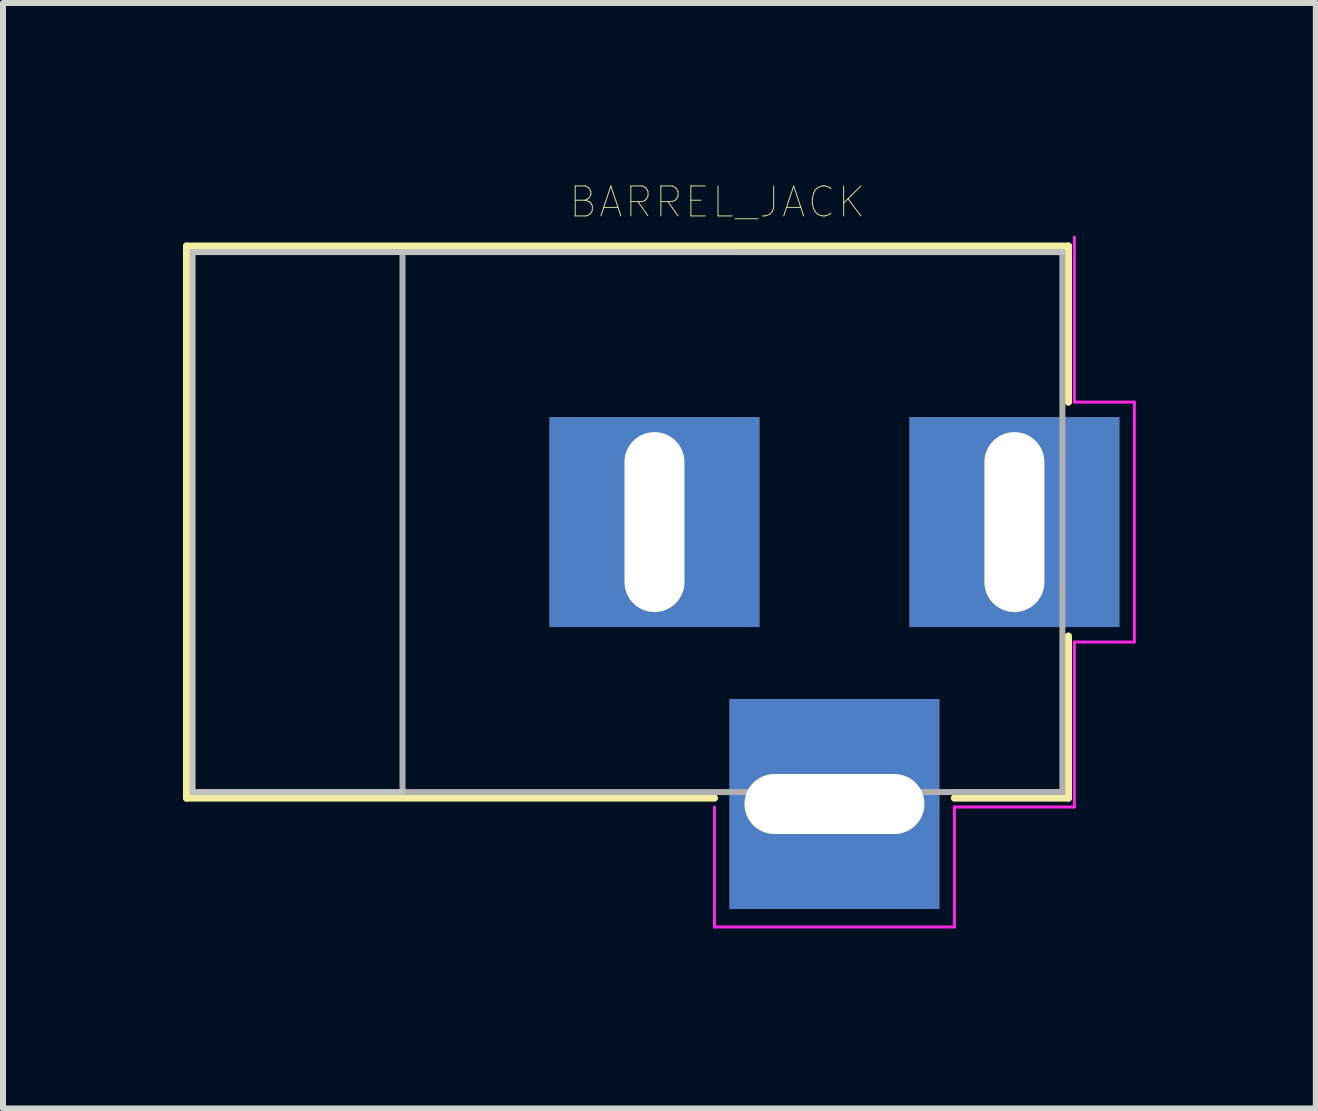
<source format=kicad_pcb>
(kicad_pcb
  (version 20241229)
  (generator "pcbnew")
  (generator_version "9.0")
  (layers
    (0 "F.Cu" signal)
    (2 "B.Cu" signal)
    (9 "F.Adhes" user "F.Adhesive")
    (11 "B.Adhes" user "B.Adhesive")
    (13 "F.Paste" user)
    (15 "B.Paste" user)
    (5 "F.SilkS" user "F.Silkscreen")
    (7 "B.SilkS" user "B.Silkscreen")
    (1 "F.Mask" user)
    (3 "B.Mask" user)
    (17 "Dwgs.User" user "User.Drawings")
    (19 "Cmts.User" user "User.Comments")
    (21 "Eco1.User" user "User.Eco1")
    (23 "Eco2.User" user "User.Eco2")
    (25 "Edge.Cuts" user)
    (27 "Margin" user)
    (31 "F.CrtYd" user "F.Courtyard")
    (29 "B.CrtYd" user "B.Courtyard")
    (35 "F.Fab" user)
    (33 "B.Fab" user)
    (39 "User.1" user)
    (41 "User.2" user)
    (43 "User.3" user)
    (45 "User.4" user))
  (footprint "BARREL_JACK"
    (layer "F.Cu")
    (at 13.86 5.653)
    (property "Reference" "BARREL_JACK" (at -4.953 -5.334 180) (layer "F.SilkS") (effects (font (size 0.5 0.5) (thickness 0.015))))
    (attr through_hole)
    (fp_line (start -13.8 -4.6) (end 0.9 -4.6) (stroke (width 0.12) (type solid)) (layer "F.SilkS"))
    (fp_line (start -13.8 4.6) (end -13.8 -4.6) (stroke (width 0.12) (type solid)) (layer "F.SilkS"))
    (fp_line (start -5 4.6) (end -13.8 4.6) (stroke (width 0.12) (type solid)) (layer "F.SilkS"))
    (fp_line (start 0.9 -4.6) (end 0.9 -2) (stroke (width 0.12) (type solid)) (layer "F.SilkS"))
    (fp_line (start 0.9 1.9) (end 0.9 4.6) (stroke (width 0.12) (type solid)) (layer "F.SilkS"))
    (fp_line (start 0.9 4.6) (end -1 4.6) (stroke (width 0.12) (type solid)) (layer "F.SilkS"))
    (fp_line (start -13.7 -4.5) (end -13.7 4.5) (stroke (width 0.1) (type solid)) (layer "Dwgs.User"))
    (fp_line (start -10.201 -4.501) (end -13.701 -4.501) (stroke (width 0.1) (type solid)) (layer "Dwgs.User"))
    (fp_line (start -10.201 4.501) (end -13.701 4.501) (stroke (width 0.1) (type solid)) (layer "Dwgs.User"))
    (fp_line (start 0.8 -4.5) (end -10.201 -4.501) (stroke (width 0.1) (type solid)) (layer "Dwgs.User"))
    (fp_line (start -5 6.75) (end -5 4.75) (stroke (width 0.05) (type solid)) (layer "F.CrtYd"))
    (fp_line (start -1 4.75) (end -1 6.75) (stroke (width 0.05) (type solid)) (layer "F.CrtYd"))
    (fp_line (start -1 6.75) (end -5 6.75) (stroke (width 0.05) (type solid)) (layer "F.CrtYd"))
    (fp_line (start 1 -4.5) (end 1 -4.75) (stroke (width 0.05) (type solid)) (layer "F.CrtYd"))
    (fp_line (start 1 -4.5) (end 1 -2) (stroke (width 0.05) (type solid)) (layer "F.CrtYd"))
    (fp_line (start 1 -2) (end 2 -2) (stroke (width 0.05) (type solid)) (layer "F.CrtYd"))
    (fp_line (start 1 2) (end 1 4.75) (stroke (width 0.05) (type solid)) (layer "F.CrtYd"))
    (fp_line (start 1 4.75) (end -1 4.75) (stroke (width 0.05) (type solid)) (layer "F.CrtYd"))
    (fp_line (start 2 -2) (end 2 2) (stroke (width 0.05) (type solid)) (layer "F.CrtYd"))
    (fp_line (start 2 2) (end 1 2) (stroke (width 0.05) (type solid)) (layer "F.CrtYd"))
    (fp_line (start -10.201 4.501) (end 0.8 4.5) (stroke (width 0.1) (type solid)) (layer "F.Fab"))
    (fp_line (start -10.2 -4.5) (end -10.2 4.5) (stroke (width 0.1) (type solid)) (layer "F.Fab"))
    (fp_line (start 0.8 4.5) (end 0.8 -4.5) (stroke (width 0.1) (type solid)) (layer "F.Fab"))
    (pad "1" thru_hole rect (at 0 0) (size 3.5 3.5) (drill oval 1 3) (layers "*.Cu" "*.Mask"))
    (pad "2" thru_hole rect (at -6 0) (size 3.5 3.5) (drill oval 1 3) (layers "*.Cu" "*.Mask"))
    (pad "3" thru_hole rect (at -3 4.7) (size 3.5 3.5) (drill oval 3 1) (layers "*.Cu" "*.Mask")))
  (gr_rect
    (start -3 -3)
    (end 18.885 15.428)
    (stroke (width 0.1) (type default))
    (fill no)
    (layer "Edge.Cuts")))
</source>
